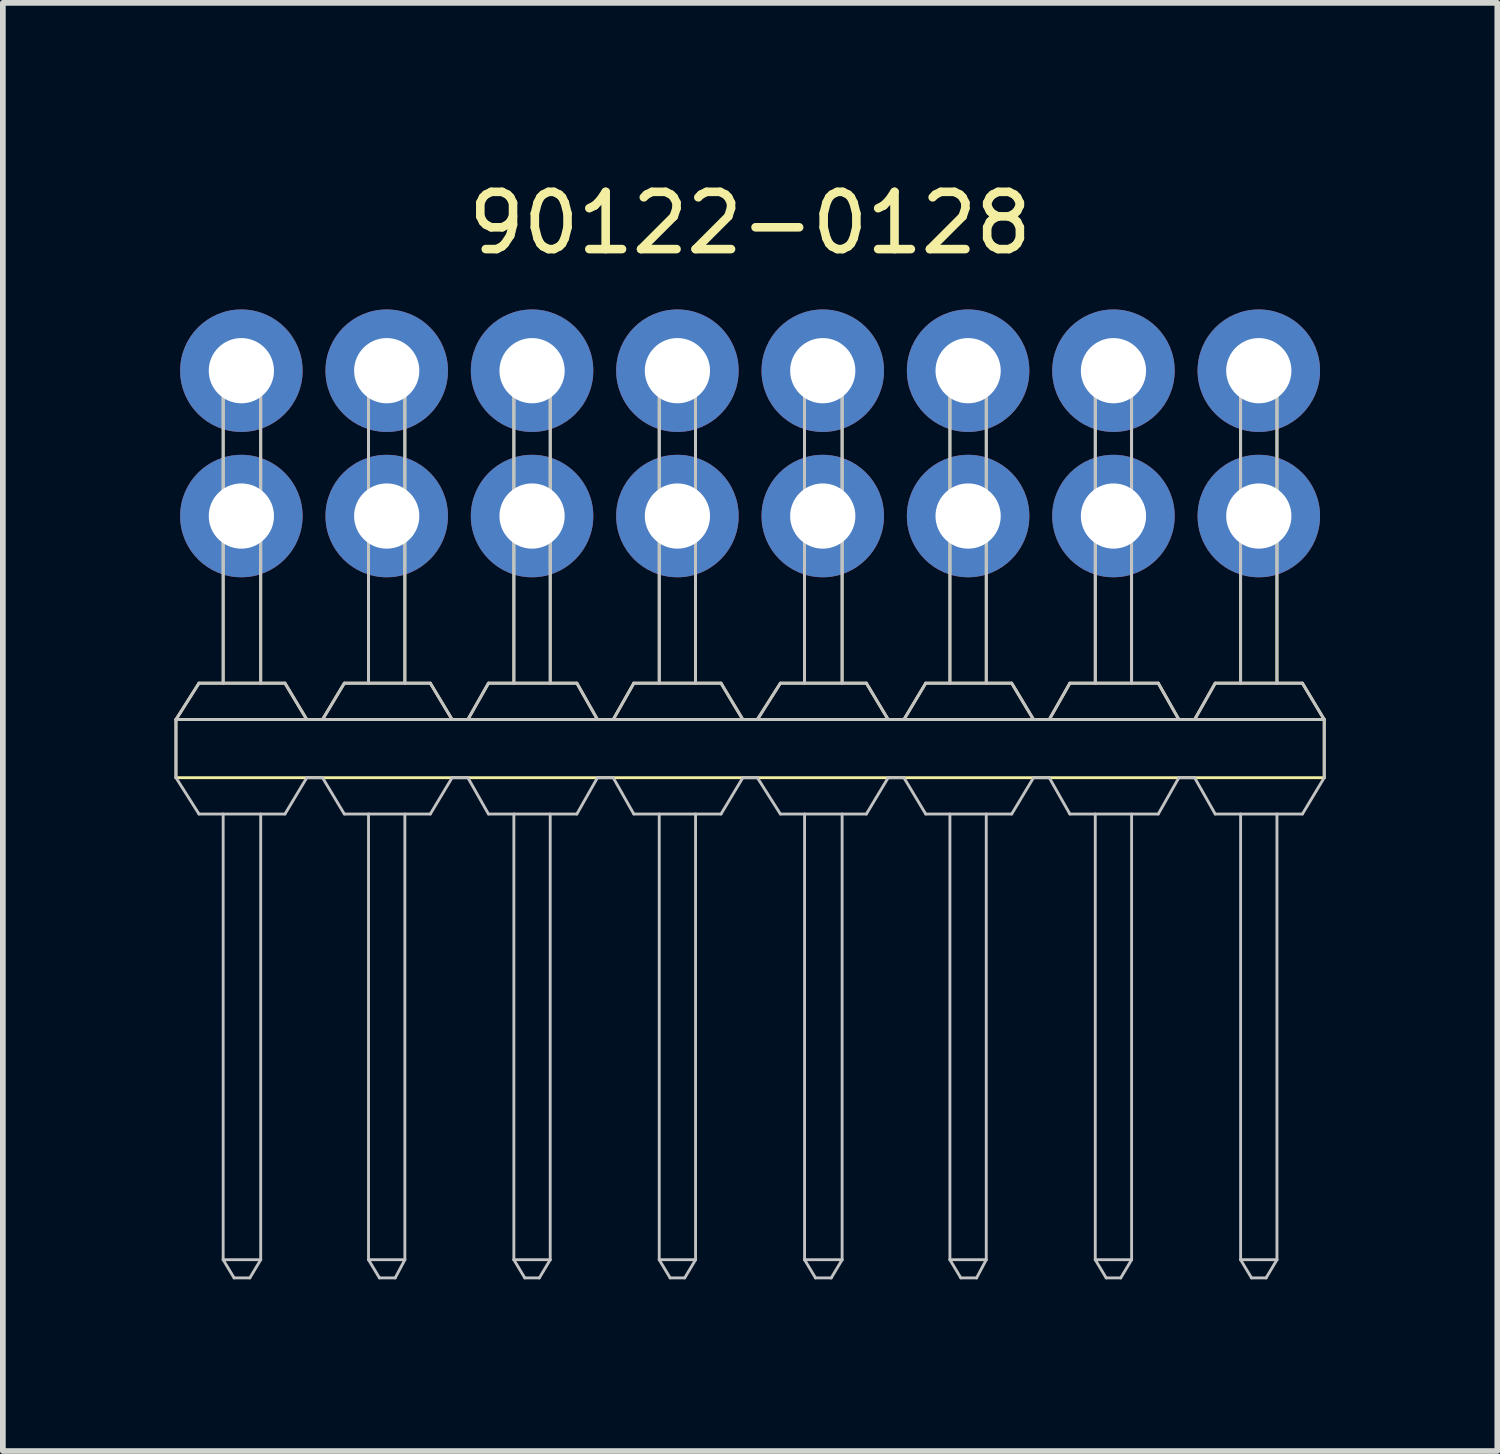
<source format=kicad_pcb>
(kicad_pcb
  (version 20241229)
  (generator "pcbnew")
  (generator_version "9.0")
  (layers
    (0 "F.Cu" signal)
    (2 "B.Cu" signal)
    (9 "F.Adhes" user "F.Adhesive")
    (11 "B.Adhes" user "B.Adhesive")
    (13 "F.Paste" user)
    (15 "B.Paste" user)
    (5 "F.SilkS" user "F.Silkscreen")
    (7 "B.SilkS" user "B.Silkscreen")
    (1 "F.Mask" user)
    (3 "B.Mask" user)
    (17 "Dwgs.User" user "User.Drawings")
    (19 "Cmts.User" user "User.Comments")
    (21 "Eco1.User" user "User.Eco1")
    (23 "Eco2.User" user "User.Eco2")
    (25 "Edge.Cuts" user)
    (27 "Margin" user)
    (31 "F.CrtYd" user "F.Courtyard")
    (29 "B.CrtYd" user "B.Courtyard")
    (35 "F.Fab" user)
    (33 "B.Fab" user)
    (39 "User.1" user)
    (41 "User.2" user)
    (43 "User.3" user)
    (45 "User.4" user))
  (footprint "90122-0128"
    (layer "F.Cu")
    (at 10.058 4.698)
    (property "Reference" "90122-0128" (at 0 -3.85 0) (layer "F.SilkS") (effects (font (size 1 1) (thickness 0.15))))
    (attr through_hole)
    (fp_line (start -10.033 4.826) (end -0.127 4.826) (stroke (width 0.05) (type solid)) (layer "F.SilkS"))
    (fp_line (start -10.033 5.842) (end -10.033 4.826) (stroke (width 0.05) (type solid)) (layer "F.SilkS"))
    (fp_line (start -10.033 5.842) (end 10.033 5.842) (stroke (width 0.05) (type solid)) (layer "F.SilkS"))
    (fp_line (start -9.631 4.191) (end -10.033 4.826) (stroke (width 0.05) (type solid)) (layer "F.SilkS"))
    (fp_line (start -9.208 4.191) (end -9.208 -1.27) (stroke (width 0.05) (type solid)) (layer "F.SilkS"))
    (fp_line (start -8.552 -1.27) (end -9.208 -1.27) (stroke (width 0.05) (type solid)) (layer "F.SilkS"))
    (fp_line (start -8.552 -1.27) (end -8.552 4.191) (stroke (width 0.05) (type solid)) (layer "F.SilkS"))
    (fp_line (start -8.128 4.191) (end -9.631 4.191) (stroke (width 0.05) (type solid)) (layer "F.SilkS"))
    (fp_line (start -7.747 4.826) (end -8.128 4.191) (stroke (width 0.05) (type solid)) (layer "F.SilkS"))
    (fp_line (start -7.472 4.826) (end -7.091 4.191) (stroke (width 0.05) (type solid)) (layer "F.SilkS"))
    (fp_line (start -7.091 4.191) (end -5.588 4.191) (stroke (width 0.05) (type solid)) (layer "F.SilkS"))
    (fp_line (start -6.668 -1.27) (end -6.668 4.191) (stroke (width 0.05) (type solid)) (layer "F.SilkS"))
    (fp_line (start -6.033 -1.27) (end -6.668 -1.27) (stroke (width 0.05) (type solid)) (layer "F.SilkS"))
    (fp_line (start -6.033 4.191) (end -6.033 -1.27) (stroke (width 0.05) (type solid)) (layer "F.SilkS"))
    (fp_line (start -5.207 4.826) (end -5.588 4.191) (stroke (width 0.05) (type solid)) (layer "F.SilkS"))
    (fp_line (start -4.932 4.826) (end -4.572 4.191) (stroke (width 0.05) (type solid)) (layer "F.SilkS"))
    (fp_line (start -4.572 4.191) (end -3.027 4.191) (stroke (width 0.05) (type solid)) (layer "F.SilkS"))
    (fp_line (start -4.128 -1.27) (end -4.128 4.191) (stroke (width 0.05) (type solid)) (layer "F.SilkS"))
    (fp_line (start -3.493 -1.27) (end -4.128 -1.27) (stroke (width 0.05) (type solid)) (layer "F.SilkS"))
    (fp_line (start -3.493 4.191) (end -3.493 -1.27) (stroke (width 0.05) (type solid)) (layer "F.SilkS"))
    (fp_line (start -2.667 4.826) (end -3.027 4.191) (stroke (width 0.05) (type solid)) (layer "F.SilkS"))
    (fp_line (start -2.392 4.826) (end -2.032 4.191) (stroke (width 0.05) (type solid)) (layer "F.SilkS"))
    (fp_line (start -2.032 4.191) (end -0.508 4.191) (stroke (width 0.05) (type solid)) (layer "F.SilkS"))
    (fp_line (start -1.588 -1.27) (end -1.588 4.191) (stroke (width 0.05) (type solid)) (layer "F.SilkS"))
    (fp_line (start -0.953 -1.27) (end -1.588 -1.27) (stroke (width 0.05) (type solid)) (layer "F.SilkS"))
    (fp_line (start -0.953 4.191) (end -0.953 -1.27) (stroke (width 0.05) (type solid)) (layer "F.SilkS"))
    (fp_line (start -0.148 4.826) (end 0.127 4.826) (stroke (width 0.05) (type solid)) (layer "F.SilkS"))
    (fp_line (start -0.127 4.826) (end -0.508 4.191) (stroke (width 0.05) (type solid)) (layer "F.SilkS"))
    (fp_line (start 0.127 4.826) (end 10.033 4.826) (stroke (width 0.05) (type solid)) (layer "F.SilkS"))
    (fp_line (start 0.529 4.191) (end 0.127 4.826) (stroke (width 0.05) (type solid)) (layer "F.SilkS"))
    (fp_line (start 0.952 4.191) (end 0.952 -1.27) (stroke (width 0.05) (type solid)) (layer "F.SilkS"))
    (fp_line (start 1.608 -1.27) (end 0.952 -1.27) (stroke (width 0.05) (type solid)) (layer "F.SilkS"))
    (fp_line (start 1.608 -1.27) (end 1.608 4.191) (stroke (width 0.05) (type solid)) (layer "F.SilkS"))
    (fp_line (start 2.032 4.191) (end 0.529 4.191) (stroke (width 0.05) (type solid)) (layer "F.SilkS"))
    (fp_line (start 2.413 4.826) (end 2.032 4.191) (stroke (width 0.05) (type solid)) (layer "F.SilkS"))
    (fp_line (start 2.688 4.826) (end 3.069 4.191) (stroke (width 0.05) (type solid)) (layer "F.SilkS"))
    (fp_line (start 3.069 4.191) (end 4.572 4.191) (stroke (width 0.05) (type solid)) (layer "F.SilkS"))
    (fp_line (start 3.492 -1.27) (end 3.492 4.191) (stroke (width 0.05) (type solid)) (layer "F.SilkS"))
    (fp_line (start 4.127 -1.27) (end 3.492 -1.27) (stroke (width 0.05) (type solid)) (layer "F.SilkS"))
    (fp_line (start 4.127 4.191) (end 4.127 -1.27) (stroke (width 0.05) (type solid)) (layer "F.SilkS"))
    (fp_line (start 4.953 4.826) (end 4.572 4.191) (stroke (width 0.05) (type solid)) (layer "F.SilkS"))
    (fp_line (start 5.228 4.826) (end 5.588 4.191) (stroke (width 0.05) (type solid)) (layer "F.SilkS"))
    (fp_line (start 5.588 4.191) (end 7.133 4.191) (stroke (width 0.05) (type solid)) (layer "F.SilkS"))
    (fp_line (start 6.032 -1.27) (end 6.032 4.191) (stroke (width 0.05) (type solid)) (layer "F.SilkS"))
    (fp_line (start 6.667 -1.27) (end 6.032 -1.27) (stroke (width 0.05) (type solid)) (layer "F.SilkS"))
    (fp_line (start 6.667 4.191) (end 6.667 -1.27) (stroke (width 0.05) (type solid)) (layer "F.SilkS"))
    (fp_line (start 7.493 4.826) (end 7.133 4.191) (stroke (width 0.05) (type solid)) (layer "F.SilkS"))
    (fp_line (start 7.768 4.826) (end 8.128 4.191) (stroke (width 0.05) (type solid)) (layer "F.SilkS"))
    (fp_line (start 8.128 4.191) (end 9.652 4.191) (stroke (width 0.05) (type solid)) (layer "F.SilkS"))
    (fp_line (start 8.572 -1.27) (end 8.572 4.191) (stroke (width 0.05) (type solid)) (layer "F.SilkS"))
    (fp_line (start 9.207 -1.27) (end 8.572 -1.27) (stroke (width 0.05) (type solid)) (layer "F.SilkS"))
    (fp_line (start 9.207 4.191) (end 9.207 -1.27) (stroke (width 0.05) (type solid)) (layer "F.SilkS"))
    (fp_line (start 10.033 4.826) (end 9.652 4.191) (stroke (width 0.05) (type solid)) (layer "F.SilkS"))
    (fp_line (start 10.033 5.842) (end 10.033 4.826) (stroke (width 0.05) (type solid)) (layer "F.SilkS"))
    (fp_line (start -10.033 4.826) (end -0.127 4.826) (stroke (width 0.05) (type solid)) (layer "Dwgs.User"))
    (fp_line (start -10.033 5.842) (end -10.033 4.826) (stroke (width 0.05) (type solid)) (layer "Dwgs.User"))
    (fp_line (start -10.033 5.842) (end -9.631 6.477) (stroke (width 0.05) (type solid)) (layer "Dwgs.User"))
    (fp_line (start -9.631 4.191) (end -10.033 4.826) (stroke (width 0.05) (type solid)) (layer "Dwgs.User"))
    (fp_line (start -9.631 6.477) (end -8.128 6.477) (stroke (width 0.05) (type solid)) (layer "Dwgs.User"))
    (fp_line (start -9.208 4.191) (end -9.208 -1.27) (stroke (width 0.05) (type solid)) (layer "Dwgs.User"))
    (fp_line (start -9.208 14.266) (end -9.208 6.477) (stroke (width 0.05) (type solid)) (layer "Dwgs.User"))
    (fp_line (start -9.208 14.266) (end -9.017 14.584) (stroke (width 0.05) (type solid)) (layer "Dwgs.User"))
    (fp_line (start -8.742 14.584) (end -9.017 14.584) (stroke (width 0.05) (type solid)) (layer "Dwgs.User"))
    (fp_line (start -8.742 14.584) (end -8.552 14.266) (stroke (width 0.05) (type solid)) (layer "Dwgs.User"))
    (fp_line (start -8.552 -1.27) (end -9.208 -1.27) (stroke (width 0.05) (type solid)) (layer "Dwgs.User"))
    (fp_line (start -8.552 -1.27) (end -8.552 4.191) (stroke (width 0.05) (type solid)) (layer "Dwgs.User"))
    (fp_line (start -8.552 6.477) (end -8.552 14.266) (stroke (width 0.05) (type solid)) (layer "Dwgs.User"))
    (fp_line (start -8.552 14.266) (end -9.208 14.266) (stroke (width 0.05) (type solid)) (layer "Dwgs.User"))
    (fp_line (start -8.128 4.191) (end -9.631 4.191) (stroke (width 0.05) (type solid)) (layer "Dwgs.User"))
    (fp_line (start -7.747 4.826) (end -8.128 4.191) (stroke (width 0.05) (type solid)) (layer "Dwgs.User"))
    (fp_line (start -7.747 5.842) (end -8.128 6.477) (stroke (width 0.05) (type solid)) (layer "Dwgs.User"))
    (fp_line (start -7.472 4.826) (end -7.091 4.191) (stroke (width 0.05) (type solid)) (layer "Dwgs.User"))
    (fp_line (start -7.472 5.842) (end -7.747 5.842) (stroke (width 0.05) (type solid)) (layer "Dwgs.User"))
    (fp_line (start -7.472 5.842) (end -7.091 6.477) (stroke (width 0.05) (type solid)) (layer "Dwgs.User"))
    (fp_line (start -7.091 4.191) (end -5.588 4.191) (stroke (width 0.05) (type solid)) (layer "Dwgs.User"))
    (fp_line (start -6.668 -1.27) (end -6.668 4.191) (stroke (width 0.05) (type solid)) (layer "Dwgs.User"))
    (fp_line (start -6.668 6.477) (end -6.668 14.266) (stroke (width 0.05) (type solid)) (layer "Dwgs.User"))
    (fp_line (start -6.668 14.266) (end -6.477 14.584) (stroke (width 0.05) (type solid)) (layer "Dwgs.User"))
    (fp_line (start -6.202 14.584) (end -6.477 14.584) (stroke (width 0.05) (type solid)) (layer "Dwgs.User"))
    (fp_line (start -6.202 14.584) (end -6.033 14.266) (stroke (width 0.05) (type solid)) (layer "Dwgs.User"))
    (fp_line (start -6.033 -1.27) (end -6.668 -1.27) (stroke (width 0.05) (type solid)) (layer "Dwgs.User"))
    (fp_line (start -6.033 4.191) (end -6.033 -1.27) (stroke (width 0.05) (type solid)) (layer "Dwgs.User"))
    (fp_line (start -6.033 14.266) (end -6.668 14.266) (stroke (width 0.05) (type solid)) (layer "Dwgs.User"))
    (fp_line (start -6.033 14.266) (end -6.033 6.477) (stroke (width 0.05) (type solid)) (layer "Dwgs.User"))
    (fp_line (start -5.588 6.477) (end -7.091 6.477) (stroke (width 0.05) (type solid)) (layer "Dwgs.User"))
    (fp_line (start -5.588 6.477) (end -5.207 5.842) (stroke (width 0.05) (type solid)) (layer "Dwgs.User"))
    (fp_line (start -5.207 4.826) (end -5.588 4.191) (stroke (width 0.05) (type solid)) (layer "Dwgs.User"))
    (fp_line (start -5.207 5.842) (end -4.932 5.842) (stroke (width 0.05) (type solid)) (layer "Dwgs.User"))
    (fp_line (start -4.932 4.826) (end -4.572 4.191) (stroke (width 0.05) (type solid)) (layer "Dwgs.User"))
    (fp_line (start -4.932 5.842) (end -4.572 6.477) (stroke (width 0.05) (type solid)) (layer "Dwgs.User"))
    (fp_line (start -4.572 4.191) (end -3.027 4.191) (stroke (width 0.05) (type solid)) (layer "Dwgs.User"))
    (fp_line (start -4.128 -1.27) (end -4.128 4.191) (stroke (width 0.05) (type solid)) (layer "Dwgs.User"))
    (fp_line (start -4.128 14.266) (end -4.128 6.477) (stroke (width 0.05) (type solid)) (layer "Dwgs.User"))
    (fp_line (start -4.128 14.266) (end -3.937 14.584) (stroke (width 0.05) (type solid)) (layer "Dwgs.User"))
    (fp_line (start -3.683 14.584) (end -3.937 14.584) (stroke (width 0.05) (type solid)) (layer "Dwgs.User"))
    (fp_line (start -3.683 14.584) (end -3.493 14.266) (stroke (width 0.05) (type solid)) (layer "Dwgs.User"))
    (fp_line (start -3.493 -1.27) (end -4.128 -1.27) (stroke (width 0.05) (type solid)) (layer "Dwgs.User"))
    (fp_line (start -3.493 4.191) (end -3.493 -1.27) (stroke (width 0.05) (type solid)) (layer "Dwgs.User"))
    (fp_line (start -3.493 6.477) (end -3.493 14.266) (stroke (width 0.05) (type solid)) (layer "Dwgs.User"))
    (fp_line (start -3.493 14.266) (end -4.128 14.266) (stroke (width 0.05) (type solid)) (layer "Dwgs.User"))
    (fp_line (start -3.027 6.477) (end -4.572 6.477) (stroke (width 0.05) (type solid)) (layer "Dwgs.User"))
    (fp_line (start -3.027 6.477) (end -2.667 5.842) (stroke (width 0.05) (type solid)) (layer "Dwgs.User"))
    (fp_line (start -2.667 4.826) (end -3.027 4.191) (stroke (width 0.05) (type solid)) (layer "Dwgs.User"))
    (fp_line (start -2.667 5.842) (end -2.392 5.842) (stroke (width 0.05) (type solid)) (layer "Dwgs.User"))
    (fp_line (start -2.392 4.826) (end -2.032 4.191) (stroke (width 0.05) (type solid)) (layer "Dwgs.User"))
    (fp_line (start -2.392 5.842) (end -2.032 6.477) (stroke (width 0.05) (type solid)) (layer "Dwgs.User"))
    (fp_line (start -2.032 4.191) (end -0.508 4.191) (stroke (width 0.05) (type solid)) (layer "Dwgs.User"))
    (fp_line (start -1.588 -1.27) (end -1.588 4.191) (stroke (width 0.05) (type solid)) (layer "Dwgs.User"))
    (fp_line (start -1.588 14.266) (end -1.588 6.477) (stroke (width 0.05) (type solid)) (layer "Dwgs.User"))
    (fp_line (start -1.588 14.266) (end -1.397 14.584) (stroke (width 0.05) (type solid)) (layer "Dwgs.User"))
    (fp_line (start -1.143 14.584) (end -1.397 14.584) (stroke (width 0.05) (type solid)) (layer "Dwgs.User"))
    (fp_line (start -1.143 14.584) (end -0.953 14.266) (stroke (width 0.05) (type solid)) (layer "Dwgs.User"))
    (fp_line (start -0.953 -1.27) (end -1.588 -1.27) (stroke (width 0.05) (type solid)) (layer "Dwgs.User"))
    (fp_line (start -0.953 4.191) (end -0.953 -1.27) (stroke (width 0.05) (type solid)) (layer "Dwgs.User"))
    (fp_line (start -0.953 6.477) (end -0.953 14.266) (stroke (width 0.05) (type solid)) (layer "Dwgs.User"))
    (fp_line (start -0.953 14.266) (end -1.588 14.266) (stroke (width 0.05) (type solid)) (layer "Dwgs.User"))
    (fp_line (start -0.508 6.477) (end -2.032 6.477) (stroke (width 0.05) (type solid)) (layer "Dwgs.User"))
    (fp_line (start -0.508 6.477) (end -0.127 5.842) (stroke (width 0.05) (type solid)) (layer "Dwgs.User"))
    (fp_line (start -0.148 4.826) (end 0.127 4.826) (stroke (width 0.05) (type solid)) (layer "Dwgs.User"))
    (fp_line (start -0.127 4.826) (end -0.508 4.191) (stroke (width 0.05) (type solid)) (layer "Dwgs.User"))
    (fp_line (start -0.12 5.842) (end 0.127 5.842) (stroke (width 0.05) (type solid)) (layer "Dwgs.User"))
    (fp_line (start 0.127 4.826) (end 10.033 4.826) (stroke (width 0.05) (type solid)) (layer "Dwgs.User"))
    (fp_line (start 0.127 5.842) (end 0.529 6.477) (stroke (width 0.05) (type solid)) (layer "Dwgs.User"))
    (fp_line (start 0.529 4.191) (end 0.127 4.826) (stroke (width 0.05) (type solid)) (layer "Dwgs.User"))
    (fp_line (start 0.529 6.477) (end 2.032 6.477) (stroke (width 0.05) (type solid)) (layer "Dwgs.User"))
    (fp_line (start 0.952 4.191) (end 0.952 -1.27) (stroke (width 0.05) (type solid)) (layer "Dwgs.User"))
    (fp_line (start 0.952 14.266) (end 0.952 6.477) (stroke (width 0.05) (type solid)) (layer "Dwgs.User"))
    (fp_line (start 0.952 14.266) (end 1.143 14.584) (stroke (width 0.05) (type solid)) (layer "Dwgs.User"))
    (fp_line (start 1.418 14.584) (end 1.143 14.584) (stroke (width 0.05) (type solid)) (layer "Dwgs.User"))
    (fp_line (start 1.418 14.584) (end 1.608 14.266) (stroke (width 0.05) (type solid)) (layer "Dwgs.User"))
    (fp_line (start 1.608 -1.27) (end 0.952 -1.27) (stroke (width 0.05) (type solid)) (layer "Dwgs.User"))
    (fp_line (start 1.608 -1.27) (end 1.608 4.191) (stroke (width 0.05) (type solid)) (layer "Dwgs.User"))
    (fp_line (start 1.608 6.477) (end 1.608 14.266) (stroke (width 0.05) (type solid)) (layer "Dwgs.User"))
    (fp_line (start 1.608 14.266) (end 0.952 14.266) (stroke (width 0.05) (type solid)) (layer "Dwgs.User"))
    (fp_line (start 2.032 4.191) (end 0.529 4.191) (stroke (width 0.05) (type solid)) (layer "Dwgs.User"))
    (fp_line (start 2.413 4.826) (end 2.032 4.191) (stroke (width 0.05) (type solid)) (layer "Dwgs.User"))
    (fp_line (start 2.413 5.842) (end 2.032 6.477) (stroke (width 0.05) (type solid)) (layer "Dwgs.User"))
    (fp_line (start 2.688 4.826) (end 3.069 4.191) (stroke (width 0.05) (type solid)) (layer "Dwgs.User"))
    (fp_line (start 2.688 5.842) (end 2.413 5.842) (stroke (width 0.05) (type solid)) (layer "Dwgs.User"))
    (fp_line (start 2.688 5.842) (end 3.069 6.477) (stroke (width 0.05) (type solid)) (layer "Dwgs.User"))
    (fp_line (start 3.069 4.191) (end 4.572 4.191) (stroke (width 0.05) (type solid)) (layer "Dwgs.User"))
    (fp_line (start 3.492 -1.27) (end 3.492 4.191) (stroke (width 0.05) (type solid)) (layer "Dwgs.User"))
    (fp_line (start 3.492 6.477) (end 3.492 14.266) (stroke (width 0.05) (type solid)) (layer "Dwgs.User"))
    (fp_line (start 3.492 14.266) (end 3.683 14.584) (stroke (width 0.05) (type solid)) (layer "Dwgs.User"))
    (fp_line (start 3.958 14.584) (end 3.683 14.584) (stroke (width 0.05) (type solid)) (layer "Dwgs.User"))
    (fp_line (start 3.958 14.584) (end 4.127 14.266) (stroke (width 0.05) (type solid)) (layer "Dwgs.User"))
    (fp_line (start 4.127 -1.27) (end 3.492 -1.27) (stroke (width 0.05) (type solid)) (layer "Dwgs.User"))
    (fp_line (start 4.127 4.191) (end 4.127 -1.27) (stroke (width 0.05) (type solid)) (layer "Dwgs.User"))
    (fp_line (start 4.127 14.266) (end 3.492 14.266) (stroke (width 0.05) (type solid)) (layer "Dwgs.User"))
    (fp_line (start 4.127 14.266) (end 4.127 6.477) (stroke (width 0.05) (type solid)) (layer "Dwgs.User"))
    (fp_line (start 4.572 6.477) (end 3.069 6.477) (stroke (width 0.05) (type solid)) (layer "Dwgs.User"))
    (fp_line (start 4.572 6.477) (end 4.953 5.842) (stroke (width 0.05) (type solid)) (layer "Dwgs.User"))
    (fp_line (start 4.953 4.826) (end 4.572 4.191) (stroke (width 0.05) (type solid)) (layer "Dwgs.User"))
    (fp_line (start 4.953 5.842) (end 5.228 5.842) (stroke (width 0.05) (type solid)) (layer "Dwgs.User"))
    (fp_line (start 5.228 4.826) (end 5.588 4.191) (stroke (width 0.05) (type solid)) (layer "Dwgs.User"))
    (fp_line (start 5.228 5.842) (end 5.588 6.477) (stroke (width 0.05) (type solid)) (layer "Dwgs.User"))
    (fp_line (start 5.588 4.191) (end 7.133 4.191) (stroke (width 0.05) (type solid)) (layer "Dwgs.User"))
    (fp_line (start 6.032 -1.27) (end 6.032 4.191) (stroke (width 0.05) (type solid)) (layer "Dwgs.User"))
    (fp_line (start 6.032 14.266) (end 6.032 6.477) (stroke (width 0.05) (type solid)) (layer "Dwgs.User"))
    (fp_line (start 6.032 14.266) (end 6.223 14.584) (stroke (width 0.05) (type solid)) (layer "Dwgs.User"))
    (fp_line (start 6.477 14.584) (end 6.223 14.584) (stroke (width 0.05) (type solid)) (layer "Dwgs.User"))
    (fp_line (start 6.477 14.584) (end 6.667 14.266) (stroke (width 0.05) (type solid)) (layer "Dwgs.User"))
    (fp_line (start 6.667 -1.27) (end 6.032 -1.27) (stroke (width 0.05) (type solid)) (layer "Dwgs.User"))
    (fp_line (start 6.667 4.191) (end 6.667 -1.27) (stroke (width 0.05) (type solid)) (layer "Dwgs.User"))
    (fp_line (start 6.667 6.477) (end 6.667 14.266) (stroke (width 0.05) (type solid)) (layer "Dwgs.User"))
    (fp_line (start 6.667 14.266) (end 6.032 14.266) (stroke (width 0.05) (type solid)) (layer "Dwgs.User"))
    (fp_line (start 7.133 6.477) (end 5.588 6.477) (stroke (width 0.05) (type solid)) (layer "Dwgs.User"))
    (fp_line (start 7.133 6.477) (end 7.493 5.842) (stroke (width 0.05) (type solid)) (layer "Dwgs.User"))
    (fp_line (start 7.493 4.826) (end 7.133 4.191) (stroke (width 0.05) (type solid)) (layer "Dwgs.User"))
    (fp_line (start 7.493 5.842) (end 7.768 5.842) (stroke (width 0.05) (type solid)) (layer "Dwgs.User"))
    (fp_line (start 7.768 4.826) (end 8.128 4.191) (stroke (width 0.05) (type solid)) (layer "Dwgs.User"))
    (fp_line (start 7.768 5.842) (end 8.128 6.477) (stroke (width 0.05) (type solid)) (layer "Dwgs.User"))
    (fp_line (start 8.128 4.191) (end 9.652 4.191) (stroke (width 0.05) (type solid)) (layer "Dwgs.User"))
    (fp_line (start 8.572 -1.27) (end 8.572 4.191) (stroke (width 0.05) (type solid)) (layer "Dwgs.User"))
    (fp_line (start 8.572 14.266) (end 8.572 6.477) (stroke (width 0.05) (type solid)) (layer "Dwgs.User"))
    (fp_line (start 8.572 14.266) (end 8.763 14.584) (stroke (width 0.05) (type solid)) (layer "Dwgs.User"))
    (fp_line (start 9.017 14.584) (end 8.763 14.584) (stroke (width 0.05) (type solid)) (layer "Dwgs.User"))
    (fp_line (start 9.017 14.584) (end 9.207 14.266) (stroke (width 0.05) (type solid)) (layer "Dwgs.User"))
    (fp_line (start 9.207 -1.27) (end 8.572 -1.27) (stroke (width 0.05) (type solid)) (layer "Dwgs.User"))
    (fp_line (start 9.207 4.191) (end 9.207 -1.27) (stroke (width 0.05) (type solid)) (layer "Dwgs.User"))
    (fp_line (start 9.207 6.477) (end 9.207 14.266) (stroke (width 0.05) (type solid)) (layer "Dwgs.User"))
    (fp_line (start 9.207 14.266) (end 8.572 14.266) (stroke (width 0.05) (type solid)) (layer "Dwgs.User"))
    (fp_line (start 9.652 6.477) (end 8.128 6.477) (stroke (width 0.05) (type solid)) (layer "Dwgs.User"))
    (fp_line (start 9.652 6.477) (end 10.033 5.842) (stroke (width 0.05) (type solid)) (layer "Dwgs.User"))
    (fp_line (start 10.033 4.826) (end 9.652 4.191) (stroke (width 0.05) (type solid)) (layer "Dwgs.User"))
    (fp_line (start 10.033 5.842) (end 10.033 4.826) (stroke (width 0.05) (type solid)) (layer "Dwgs.User"))
    (pad "1" thru_hole circle (at -8.89 -1.27) (size 2.14 2.14) (drill 1.14) (layers "*.Cu" "*.Mask"))
    (pad "2" thru_hole circle (at -8.89 1.27) (size 2.14 2.14) (drill 1.14) (layers "*.Cu" "*.Mask"))
    (pad "3" thru_hole circle (at -6.35 -1.27) (size 2.14 2.14) (drill 1.14) (layers "*.Cu" "*.Mask"))
    (pad "4" thru_hole circle (at -6.35 1.27) (size 2.14 2.14) (drill 1.14) (layers "*.Cu" "*.Mask"))
    (pad "5" thru_hole circle (at -3.81 -1.27) (size 2.14 2.14) (drill 1.14) (layers "*.Cu" "*.Mask"))
    (pad "6" thru_hole circle (at -3.81 1.27) (size 2.14 2.14) (drill 1.14) (layers "*.Cu" "*.Mask"))
    (pad "7" thru_hole circle (at -1.27 -1.27) (size 2.14 2.14) (drill 1.14) (layers "*.Cu" "*.Mask"))
    (pad "8" thru_hole circle (at -1.27 1.27) (size 2.14 2.14) (drill 1.14) (layers "*.Cu" "*.Mask"))
    (pad "9" thru_hole circle (at 1.27 -1.27) (size 2.14 2.14) (drill 1.14) (layers "*.Cu" "*.Mask"))
    (pad "10" thru_hole circle (at 1.27 1.27) (size 2.14 2.14) (drill 1.14) (layers "*.Cu" "*.Mask"))
    (pad "11" thru_hole circle (at 3.81 -1.27) (size 2.14 2.14) (drill 1.14) (layers "*.Cu" "*.Mask"))
    (pad "12" thru_hole circle (at 3.81 1.27) (size 2.14 2.14) (drill 1.14) (layers "*.Cu" "*.Mask"))
    (pad "13" thru_hole circle (at 6.35 -1.27) (size 2.14 2.14) (drill 1.14) (layers "*.Cu" "*.Mask"))
    (pad "14" thru_hole circle (at 6.35 1.27) (size 2.14 2.14) (drill 1.14) (layers "*.Cu" "*.Mask"))
    (pad "15" thru_hole circle (at 8.89 -1.27) (size 2.14 2.14) (drill 1.14) (layers "*.Cu" "*.Mask"))
    (pad "16" thru_hole circle (at 8.89 1.27) (size 2.14 2.14) (drill 1.14) (layers "*.Cu" "*.Mask")))
  (gr_rect
    (start -3 -3)
    (end 23.116 22.307)
    (stroke (width 0.1) (type default))
    (fill no)
    (layer "Edge.Cuts")))
</source>
